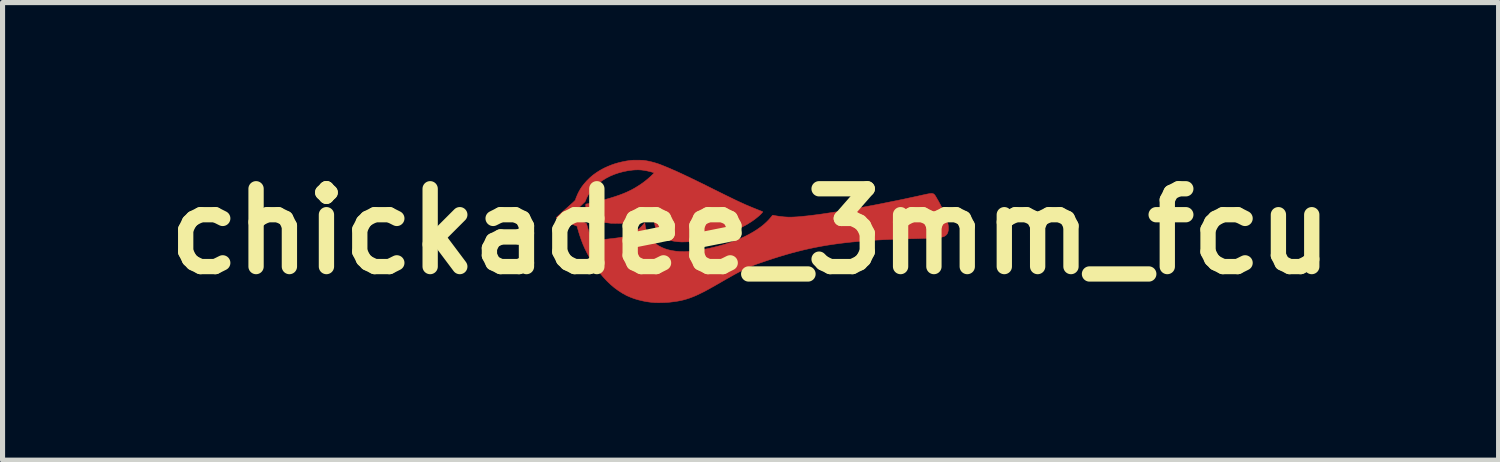
<source format=kicad_pcb>
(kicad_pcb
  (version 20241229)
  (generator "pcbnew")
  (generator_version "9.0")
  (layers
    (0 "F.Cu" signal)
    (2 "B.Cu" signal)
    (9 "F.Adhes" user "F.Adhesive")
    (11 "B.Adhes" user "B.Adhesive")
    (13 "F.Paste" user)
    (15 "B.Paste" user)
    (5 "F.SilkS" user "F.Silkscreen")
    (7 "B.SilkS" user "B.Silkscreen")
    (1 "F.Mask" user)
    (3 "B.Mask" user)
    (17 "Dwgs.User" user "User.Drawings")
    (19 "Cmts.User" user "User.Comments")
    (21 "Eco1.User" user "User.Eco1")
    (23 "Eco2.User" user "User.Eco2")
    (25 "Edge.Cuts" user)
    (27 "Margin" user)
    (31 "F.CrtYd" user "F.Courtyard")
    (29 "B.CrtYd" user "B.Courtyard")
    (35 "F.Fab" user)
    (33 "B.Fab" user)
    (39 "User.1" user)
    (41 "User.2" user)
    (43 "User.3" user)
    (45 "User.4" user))
  (footprint "chickadee_3mm_fcu"
    (layer "F.Cu")
    (at 11.655 1.483)
    (property "Reference" "chickadee_3mm_fcu" (at 0 0 0) (layer "F.SilkS") (effects (font (size 1.524 1.524) (thickness 0.3))))
    (attr through_hole)
    (fp_poly (pts (xy -2.191 -1.395) (xy -2.159 -1.394) (xy -2.131 -1.393) (xy -2.106 -1.392) (xy -2.082 -1.389) (xy -2.058 -1.386) (xy -2.031 -1.381) (xy -2.009 -1.377) (xy -1.95 -1.364) (xy -1.889 -1.348) (xy -1.829 -1.33) (xy -1.772 -1.31) (xy -1.76 -1.305) (xy -1.717 -1.288) (xy -1.675 -1.271) (xy -1.633 -1.254) (xy -1.591 -1.236) (xy -1.549 -1.218) (xy -1.506 -1.199) (xy -1.461 -1.18) (xy -1.416 -1.159) (xy -1.368 -1.137) (xy -1.318 -1.114) (xy -1.266 -1.089) (xy -1.21 -1.063) (xy -1.151 -1.034) (xy -1.088 -1.004) (xy -1.021 -0.971) (xy -0.949 -0.936) (xy -0.872 -0.898) (xy -0.79 -0.857) (xy -0.702 -0.813) (xy -0.679 -0.802) (xy -0.601 -0.763) (xy -0.528 -0.727) (xy -0.461 -0.694) (xy -0.399 -0.664) (xy -0.34 -0.635) (xy -0.286 -0.609) (xy -0.235 -0.585) (xy -0.187 -0.563) (xy -0.141 -0.542) (xy -0.097 -0.522) (xy -0.054 -0.504) (xy -0.012 -0.486) (xy 0.029 -0.469) (xy 0.071 -0.452) (xy 0.113 -0.435) (xy 0.146 -0.422) (xy 0.17 -0.412) (xy 0.191 -0.404) (xy 0.21 -0.397) (xy 0.224 -0.391) (xy 0.234 -0.386) (xy 0.238 -0.384) (xy 0.237 -0.38) (xy 0.232 -0.372) (xy 0.223 -0.361) (xy 0.21 -0.347) (xy 0.195 -0.332) (xy 0.177 -0.315) (xy 0.164 -0.303) (xy 0.096 -0.247) (xy 0.022 -0.194) (xy -0.059 -0.143) (xy -0.146 -0.095) (xy -0.239 -0.049) (xy -0.338 -0.007) (xy -0.443 0.033) (xy -0.554 0.069) (xy -0.67 0.103) (xy -0.757 0.125) (xy -0.857 0.149) (xy -0.952 0.168) (xy -1.042 0.183) (xy -1.126 0.195) (xy -1.206 0.203) (xy -1.281 0.206) (xy -1.352 0.207) (xy -1.418 0.203) (xy -1.481 0.195) (xy -1.519 0.189) (xy -1.58 0.174) (xy -1.635 0.154) (xy -1.685 0.131) (xy -1.73 0.102) (xy -1.769 0.07) (xy -1.802 0.034) (xy -1.83 -0.007) (xy -1.852 -0.052) (xy -1.869 -0.1) (xy -1.879 -0.153) (xy -1.882 -0.179) (xy -1.883 -0.19) (xy -1.884 -0.198) (xy -1.886 -0.204) (xy -1.89 -0.208) (xy -1.897 -0.21) (xy -1.908 -0.212) (xy -1.925 -0.213) (xy -1.947 -0.215) (xy -1.947 -0.215) (xy -1.975 -0.217) (xy -1.996 -0.219) (xy -2.012 -0.221) (xy -2.022 -0.222) (xy -2.028 -0.224) (xy -2.03 -0.225) (xy -2.03 -0.226) (xy -2.032 -0.227) (xy -2.039 -0.228) (xy -2.049 -0.227) (xy -2.059 -0.226) (xy -2.068 -0.224) (xy -2.073 -0.222) (xy -2.078 -0.221) (xy -2.089 -0.218) (xy -2.105 -0.215) (xy -2.125 -0.211) (xy -2.147 -0.207) (xy -2.152 -0.206) (xy -2.233 -0.193) (xy -2.311 -0.182) (xy -2.387 -0.172) (xy -2.464 -0.164) (xy -2.487 -0.162) (xy -2.51 -0.16) (xy -2.537 -0.159) (xy -2.567 -0.158) (xy -2.6 -0.157) (xy -2.633 -0.157) (xy -2.666 -0.158) (xy -2.697 -0.158) (xy -2.725 -0.159) (xy -2.747 -0.16) (xy -2.76 -0.162) (xy -2.833 -0.171) (xy -2.904 -0.183) (xy -2.975 -0.198) (xy -3.047 -0.215) (xy -3.124 -0.236) (xy -3.139 -0.241) (xy -3.162 -0.247) (xy -3.178 -0.253) (xy -3.19 -0.257) (xy -3.197 -0.261) (xy -3.202 -0.264) (xy -3.203 -0.266) (xy -3.204 -0.271) (xy -3.205 -0.282) (xy -3.208 -0.299) (xy -3.21 -0.32) (xy -3.213 -0.345) (xy -3.216 -0.373) (xy -3.219 -0.402) (xy -3.223 -0.436) (xy -3.226 -0.463) (xy -3.228 -0.485) (xy -3.229 -0.502) (xy -3.229 -0.515) (xy -3.229 -0.524) (xy -3.228 -0.53) (xy -3.225 -0.533) (xy -3.222 -0.536) (xy -3.217 -0.537) (xy -3.211 -0.537) (xy -3.209 -0.538) (xy -3.198 -0.54) (xy -3.181 -0.543) (xy -3.159 -0.548) (xy -3.133 -0.553) (xy -3.105 -0.56) (xy -3.075 -0.567) (xy -3.045 -0.574) (xy -3.015 -0.581) (xy -2.987 -0.587) (xy -2.961 -0.594) (xy -2.942 -0.598) (xy -2.84 -0.626) (xy -2.744 -0.654) (xy -2.654 -0.682) (xy -2.57 -0.711) (xy -2.491 -0.741) (xy -2.418 -0.772) (xy -2.406 -0.778) (xy -2.335 -0.812) (xy -2.263 -0.852) (xy -2.192 -0.896) (xy -2.122 -0.943) (xy -2.057 -0.992) (xy -2.013 -1.028) (xy -1.995 -1.044) (xy -1.977 -1.06) (xy -1.958 -1.077) (xy -1.941 -1.093) (xy -1.925 -1.109) (xy -1.911 -1.122) (xy -1.9 -1.134) (xy -1.893 -1.142) (xy -1.89 -1.146) (xy -1.89 -1.147) (xy -1.896 -1.15) (xy -1.908 -1.154) (xy -1.925 -1.159) (xy -1.945 -1.165) (xy -1.968 -1.171) (xy -1.993 -1.177) (xy -2.019 -1.183) (xy -2.044 -1.188) (xy -2.067 -1.192) (xy -2.088 -1.196) (xy -2.088 -1.196) (xy -2.143 -1.203) (xy -2.198 -1.206) (xy -2.253 -1.205) (xy -2.31 -1.201) (xy -2.372 -1.193) (xy -2.402 -1.189) (xy -2.495 -1.17) (xy -2.584 -1.146) (xy -2.67 -1.117) (xy -2.751 -1.083) (xy -2.827 -1.044) (xy -2.899 -1) (xy -2.967 -0.952) (xy -3.029 -0.898) (xy -3.072 -0.855) (xy -3.114 -0.806) (xy -3.152 -0.756) (xy -3.186 -0.704) (xy -3.213 -0.652) (xy -3.23 -0.611) (xy -3.235 -0.598) (xy -3.24 -0.588) (xy -3.243 -0.582) (xy -3.246 -0.579) (xy -3.254 -0.571) (xy -3.266 -0.56) (xy -3.282 -0.545) (xy -3.301 -0.526) (xy -3.323 -0.505) (xy -3.347 -0.483) (xy -3.373 -0.458) (xy -3.392 -0.44) (xy -3.419 -0.414) (xy -3.444 -0.39) (xy -3.467 -0.368) (xy -3.488 -0.348) (xy -3.505 -0.331) (xy -3.519 -0.318) (xy -3.53 -0.308) (xy -3.536 -0.302) (xy -3.537 -0.3) (xy -3.534 -0.298) (xy -3.526 -0.294) (xy -3.512 -0.287) (xy -3.493 -0.279) (xy -3.47 -0.268) (xy -3.444 -0.256) (xy -3.415 -0.243) (xy -3.384 -0.229) (xy -3.377 -0.226) (xy -3.215 -0.154) (xy -3.198 -0.094) (xy -3.19 -0.066) (xy -3.18 -0.033) (xy -3.169 0.001) (xy -3.158 0.037) (xy -3.146 0.071) (xy -3.135 0.102) (xy -3.126 0.127) (xy -3.121 0.14) (xy -3.117 0.149) (xy -3.112 0.154) (xy -3.106 0.156) (xy -3.099 0.158) (xy -3.086 0.158) (xy -3.067 0.159) (xy -3.045 0.16) (xy -3.02 0.16) (xy -2.993 0.16) (xy -2.965 0.16) (xy -2.937 0.159) (xy -2.911 0.159) (xy -2.886 0.158) (xy -2.865 0.157) (xy -2.849 0.156) (xy -2.686 0.138) (xy -2.586 0.125) (xy -2.543 0.118) (xy -2.506 0.112) (xy -2.474 0.106) (xy -2.446 0.099) (xy -2.42 0.091) (xy -2.395 0.082) (xy -2.371 0.072) (xy -2.346 0.06) (xy -2.342 0.058) (xy -2.287 0.027) (xy -2.232 -0.011) (xy -2.18 -0.054) (xy -2.13 -0.102) (xy -2.09 -0.147) (xy -2.072 -0.169) (xy -2.069 -0.143) (xy -2.062 -0.096) (xy -2.05 -0.047) (xy -2.034 0.002) (xy -2.015 0.049) (xy -1.992 0.092) (xy -1.978 0.114) (xy -1.941 0.164) (xy -1.898 0.209) (xy -1.85 0.249) (xy -1.797 0.285) (xy -1.739 0.315) (xy -1.677 0.341) (xy -1.609 0.362) (xy -1.537 0.378) (xy -1.461 0.389) (xy -1.379 0.396) (xy -1.294 0.397) (xy -1.204 0.393) (xy -1.125 0.386) (xy -1.052 0.377) (xy -0.974 0.365) (xy -0.892 0.349) (xy -0.808 0.332) (xy -0.723 0.312) (xy -0.638 0.291) (xy -0.555 0.268) (xy -0.478 0.245) (xy -0.381 0.212) (xy -0.286 0.177) (xy -0.195 0.139) (xy -0.108 0.098) (xy -0.026 0.056) (xy 0.053 0.011) (xy 0.126 -0.035) (xy 0.194 -0.083) (xy 0.257 -0.132) (xy 0.313 -0.183) (xy 0.363 -0.234) (xy 0.407 -0.286) (xy 0.412 -0.292) (xy 0.421 -0.304) (xy 0.428 -0.312) (xy 0.433 -0.316) (xy 0.437 -0.316) (xy 0.44 -0.316) (xy 0.459 -0.312) (xy 0.484 -0.307) (xy 0.514 -0.302) (xy 0.546 -0.297) (xy 0.579 -0.293) (xy 0.613 -0.289) (xy 0.646 -0.285) (xy 0.656 -0.284) (xy 0.688 -0.282) (xy 0.72 -0.28) (xy 0.753 -0.279) (xy 0.787 -0.279) (xy 0.824 -0.28) (xy 0.864 -0.282) (xy 0.907 -0.284) (xy 0.955 -0.288) (xy 1.007 -0.293) (xy 1.066 -0.299) (xy 1.127 -0.305) (xy 1.216 -0.316) (xy 1.312 -0.328) (xy 1.413 -0.342) (xy 1.52 -0.358) (xy 1.633 -0.375) (xy 1.751 -0.394) (xy 1.873 -0.415) (xy 2 -0.437) (xy 2.13 -0.46) (xy 2.264 -0.485) (xy 2.402 -0.511) (xy 2.542 -0.538) (xy 2.685 -0.567) (xy 2.83 -0.596) (xy 2.977 -0.626) (xy 3.125 -0.658) (xy 3.274 -0.69) (xy 3.362 -0.71) (xy 3.406 -0.719) (xy 3.445 -0.728) (xy 3.477 -0.734) (xy 3.505 -0.739) (xy 3.528 -0.742) (xy 3.547 -0.743) (xy 3.564 -0.741) (xy 3.578 -0.737) (xy 3.59 -0.731) (xy 3.6 -0.722) (xy 3.611 -0.71) (xy 3.621 -0.695) (xy 3.632 -0.677) (xy 3.644 -0.656) (xy 3.648 -0.649) (xy 3.686 -0.583) (xy 3.721 -0.518) (xy 3.753 -0.454) (xy 3.782 -0.392) (xy 3.807 -0.333) (xy 3.829 -0.279) (xy 3.843 -0.239) (xy 3.858 -0.187) (xy 3.869 -0.138) (xy 3.875 -0.093) (xy 3.876 -0.051) (xy 3.873 -0.014) (xy 3.865 0.018) (xy 3.853 0.046) (xy 3.835 0.069) (xy 3.814 0.087) (xy 3.803 0.093) (xy 3.793 0.098) (xy 3.782 0.103) (xy 3.77 0.107) (xy 3.756 0.11) (xy 3.74 0.114) (xy 3.721 0.117) (xy 3.7 0.12) (xy 3.676 0.122) (xy 3.649 0.125) (xy 3.618 0.127) (xy 3.582 0.129) (xy 3.542 0.131) (xy 3.498 0.133) (xy 3.448 0.135) (xy 3.392 0.137) (xy 3.331 0.139) (xy 3.263 0.141) (xy 3.189 0.143) (xy 3.175 0.143) (xy 3.053 0.146) (xy 2.937 0.15) (xy 2.828 0.154) (xy 2.723 0.158) (xy 2.624 0.162) (xy 2.529 0.167) (xy 2.437 0.172) (xy 2.349 0.178) (xy 2.264 0.184) (xy 2.18 0.191) (xy 2.098 0.198) (xy 2.017 0.206) (xy 1.99 0.208) (xy 1.861 0.222) (xy 1.737 0.237) (xy 1.616 0.254) (xy 1.497 0.272) (xy 1.381 0.292) (xy 1.266 0.314) (xy 1.151 0.338) (xy 1.037 0.364) (xy 0.921 0.393) (xy 0.803 0.424) (xy 0.683 0.458) (xy 0.56 0.495) (xy 0.433 0.535) (xy 0.301 0.579) (xy 0.196 0.615) (xy 0.146 0.632) (xy 0.098 0.649) (xy 0.053 0.667) (xy 0.008 0.685) (xy -0.037 0.704) (xy -0.082 0.725) (xy -0.128 0.747) (xy -0.175 0.77) (xy -0.225 0.796) (xy -0.278 0.824) (xy -0.335 0.855) (xy -0.396 0.89) (xy -0.462 0.927) (xy -0.483 0.939) (xy -0.542 0.973) (xy -0.595 1.004) (xy -0.643 1.031) (xy -0.686 1.056) (xy -0.724 1.078) (xy -0.759 1.097) (xy -0.791 1.115) (xy -0.819 1.131) (xy -0.845 1.145) (xy -0.869 1.158) (xy -0.891 1.17) (xy -0.912 1.181) (xy -0.933 1.191) (xy -0.953 1.201) (xy -0.973 1.211) (xy -0.994 1.221) (xy -0.996 1.222) (xy -1.063 1.254) (xy -1.127 1.281) (xy -1.188 1.304) (xy -1.248 1.324) (xy -1.308 1.341) (xy -1.37 1.356) (xy -1.436 1.368) (xy -1.505 1.378) (xy -1.57 1.386) (xy -1.611 1.39) (xy -1.657 1.393) (xy -1.706 1.395) (xy -1.755 1.396) (xy -1.804 1.397) (xy -1.849 1.396) (xy -1.879 1.395) (xy -1.958 1.388) (xy -2.039 1.377) (xy -2.119 1.361) (xy -2.197 1.342) (xy -2.273 1.32) (xy -2.346 1.293) (xy -2.413 1.264) (xy -2.431 1.256) (xy -2.512 1.211) (xy -2.591 1.16) (xy -2.669 1.103) (xy -2.744 1.039) (xy -2.817 0.969) (xy -2.888 0.893) (xy -2.956 0.81) (xy -3.022 0.723) (xy -3.085 0.629) (xy -3.145 0.53) (xy -3.202 0.426) (xy -3.247 0.335) (xy -3.265 0.295) (xy -3.283 0.254) (xy -3.3 0.21) (xy -3.318 0.162) (xy -3.337 0.108) (xy -3.341 0.095) (xy -3.349 0.072) (xy -3.357 0.046) (xy -3.365 0.02) (xy -3.373 -0.007) (xy -3.38 -0.031) (xy -3.387 -0.054) (xy -3.392 -0.072) (xy -3.395 -0.086) (xy -3.396 -0.089) (xy -3.398 -0.101) (xy -3.602 -0.184) (xy -3.638 -0.198) (xy -3.672 -0.212) (xy -3.704 -0.225) (xy -3.732 -0.236) (xy -3.757 -0.247) (xy -3.778 -0.255) (xy -3.793 -0.262) (xy -3.804 -0.266) (xy -3.808 -0.268) (xy -3.808 -0.268) (xy -3.806 -0.271) (xy -3.799 -0.278) (xy -3.787 -0.289) (xy -3.772 -0.303) (xy -3.752 -0.321) (xy -3.73 -0.341) (xy -3.704 -0.364) (xy -3.677 -0.389) (xy -3.647 -0.416) (xy -3.622 -0.438) (xy -3.586 -0.47) (xy -3.555 -0.498) (xy -3.528 -0.522) (xy -3.506 -0.542) (xy -3.487 -0.559) (xy -3.472 -0.573) (xy -3.46 -0.584) (xy -3.45 -0.594) (xy -3.443 -0.601) (xy -3.438 -0.607) (xy -3.434 -0.612) (xy -3.432 -0.616) (xy -3.43 -0.619) (xy -3.429 -0.622) (xy -3.429 -0.623) (xy -3.423 -0.644) (xy -3.414 -0.669) (xy -3.402 -0.696) (xy -3.39 -0.725) (xy -3.377 -0.752) (xy -3.371 -0.765) (xy -3.338 -0.824) (xy -3.301 -0.88) (xy -3.258 -0.935) (xy -3.21 -0.989) (xy -3.196 -1.003) (xy -3.141 -1.057) (xy -3.084 -1.105) (xy -3.023 -1.149) (xy -2.959 -1.19) (xy -2.889 -1.229) (xy -2.868 -1.24) (xy -2.8 -1.271) (xy -2.732 -1.299) (xy -2.663 -1.323) (xy -2.591 -1.344) (xy -2.516 -1.362) (xy -2.436 -1.378) (xy -2.389 -1.385) (xy -2.369 -1.388) (xy -2.352 -1.39) (xy -2.336 -1.392) (xy -2.319 -1.393) (xy -2.301 -1.394) (xy -2.28 -1.395) (xy -2.254 -1.395) (xy -2.228 -1.395) (xy -2.191 -1.395)) (stroke (width 0.01) (type solid)) (fill yes) (layer "F.Cu"))
    (fp_poly (pts (xy -2.159 -1.477) (xy -2.121 -1.475) (xy -2.085 -1.472) (xy -2.05 -1.468) (xy -2.013 -1.461) (xy -1.987 -1.457) (xy -1.95 -1.449) (xy -1.915 -1.441) (xy -1.881 -1.432) (xy -1.846 -1.422) (xy -1.809 -1.41) (xy -1.77 -1.396) (xy -1.728 -1.38) (xy -1.681 -1.362) (xy -1.645 -1.348) (xy -1.598 -1.328) (xy -1.55 -1.308) (xy -1.501 -1.287) (xy -1.45 -1.265) (xy -1.398 -1.241) (xy -1.343 -1.216) (xy -1.285 -1.19) (xy -1.225 -1.161) (xy -1.16 -1.13) (xy -1.092 -1.098) (xy -1.02 -1.062) (xy -0.942 -1.024) (xy -0.86 -0.983) (xy -0.772 -0.94) (xy -0.714 -0.911) (xy -0.632 -0.87) (xy -0.556 -0.832) (xy -0.486 -0.797) (xy -0.42 -0.765) (xy -0.358 -0.735) (xy -0.301 -0.708) (xy -0.247 -0.682) (xy -0.196 -0.658) (xy -0.147 -0.635) (xy -0.1 -0.614) (xy -0.055 -0.594) (xy -0.011 -0.575) (xy 0.033 -0.557) (xy 0.076 -0.539) (xy 0.12 -0.521) (xy 0.164 -0.503) (xy 0.21 -0.485) (xy 0.228 -0.478) (xy 0.252 -0.469) (xy 0.274 -0.461) (xy 0.293 -0.453) (xy 0.309 -0.447) (xy 0.32 -0.442) (xy 0.326 -0.44) (xy 0.336 -0.435) (xy 0.321 -0.416) (xy 0.309 -0.402) (xy 0.293 -0.385) (xy 0.274 -0.365) (xy 0.253 -0.343) (xy 0.231 -0.322) (xy 0.21 -0.302) (xy 0.19 -0.284) (xy 0.182 -0.276) (xy 0.106 -0.215) (xy 0.024 -0.157) (xy -0.063 -0.102) (xy -0.156 -0.05) (xy -0.255 -0.001) (xy -0.358 0.044) (xy -0.466 0.085) (xy -0.578 0.123) (xy -0.694 0.157) (xy -0.814 0.187) (xy -0.854 0.195) (xy -0.913 0.208) (xy -0.967 0.218) (xy -1.017 0.227) (xy -1.065 0.234) (xy -1.113 0.241) (xy -1.161 0.247) (xy -1.171 0.248) (xy -1.191 0.249) (xy -1.216 0.25) (xy -1.246 0.251) (xy -1.277 0.252) (xy -1.31 0.252) (xy -1.343 0.252) (xy -1.374 0.252) (xy -1.403 0.251) (xy -1.427 0.25) (xy -1.446 0.248) (xy -1.45 0.248) (xy -1.52 0.236) (xy -1.585 0.221) (xy -1.645 0.201) (xy -1.698 0.177) (xy -1.747 0.148) (xy -1.789 0.115) (xy -1.827 0.078) (xy -1.858 0.036) (xy -1.885 -0.01) (xy -1.904 -0.056) (xy -1.913 -0.085) (xy -1.92 -0.11) (xy -1.924 -0.135) (xy -1.927 -0.162) (xy -1.928 -0.193) (xy -1.928 -0.203) (xy -1.927 -0.26) (xy -1.95 -0.263) (xy -1.973 -0.265) (xy -2.023 -0.231) (xy -2.023 -0.182) (xy -2.019 -0.123) (xy -2.008 -0.067) (xy -1.991 -0.012) (xy -1.967 0.041) (xy -1.937 0.091) (xy -1.9 0.137) (xy -1.875 0.164) (xy -1.835 0.201) (xy -1.791 0.233) (xy -1.744 0.261) (xy -1.692 0.286) (xy -1.636 0.306) (xy -1.575 0.323) (xy -1.508 0.336) (xy -1.475 0.341) (xy -1.454 0.343) (xy -1.427 0.345) (xy -1.395 0.346) (xy -1.361 0.347) (xy -1.324 0.348) (xy -1.287 0.348) (xy -1.25 0.347) (xy -1.215 0.346) (xy -1.182 0.344) (xy -1.155 0.342) (xy -1.143 0.341) (xy -1.029 0.326) (xy -0.914 0.306) (xy -0.798 0.282) (xy -0.684 0.253) (xy -0.572 0.221) (xy -0.462 0.185) (xy -0.355 0.146) (xy -0.253 0.103) (xy -0.156 0.058) (xy -0.101 0.029) (xy -0.018 -0.017) (xy 0.061 -0.066) (xy 0.135 -0.118) (xy 0.204 -0.17) (xy 0.268 -0.224) (xy 0.326 -0.28) (xy 0.377 -0.335) (xy 0.399 -0.362) (xy 0.414 -0.379) (xy 0.425 -0.392) (xy 0.432 -0.399) (xy 0.437 -0.401) (xy 0.437 -0.401) (xy 0.452 -0.397) (xy 0.472 -0.393) (xy 0.497 -0.388) (xy 0.526 -0.384) (xy 0.557 -0.379) (xy 0.59 -0.375) (xy 0.622 -0.371) (xy 0.654 -0.367) (xy 0.683 -0.364) (xy 0.697 -0.363) (xy 0.727 -0.361) (xy 0.761 -0.361) (xy 0.798 -0.361) (xy 0.839 -0.363) (xy 0.885 -0.365) (xy 0.936 -0.369) (xy 0.992 -0.374) (xy 1.055 -0.38) (xy 1.124 -0.388) (xy 1.145 -0.39) (xy 1.243 -0.402) (xy 1.347 -0.416) (xy 1.458 -0.431) (xy 1.574 -0.449) (xy 1.696 -0.468) (xy 1.824 -0.49) (xy 1.957 -0.513) (xy 2.094 -0.537) (xy 2.236 -0.563) (xy 2.382 -0.591) (xy 2.533 -0.62) (xy 2.687 -0.651) (xy 2.844 -0.683) (xy 3.004 -0.717) (xy 3.168 -0.752) (xy 3.334 -0.788) (xy 3.362 -0.794) (xy 3.394 -0.801) (xy 3.424 -0.807) (xy 3.451 -0.813) (xy 3.476 -0.818) (xy 3.496 -0.822) (xy 3.512 -0.825) (xy 3.522 -0.827) (xy 3.524 -0.827) (xy 3.552 -0.827) (xy 3.581 -0.822) (xy 3.609 -0.811) (xy 3.636 -0.797) (xy 3.659 -0.779) (xy 3.66 -0.778) (xy 3.67 -0.766) (xy 3.684 -0.747) (xy 3.699 -0.724) (xy 3.716 -0.697) (xy 3.734 -0.665) (xy 3.754 -0.631) (xy 3.773 -0.595) (xy 3.794 -0.556) (xy 3.813 -0.517) (xy 3.833 -0.478) (xy 3.851 -0.439) (xy 3.868 -0.401) (xy 3.877 -0.381) (xy 3.904 -0.312) (xy 3.926 -0.247) (xy 3.943 -0.186) (xy 3.953 -0.13) (xy 3.958 -0.077) (xy 3.958 -0.028) (xy 3.951 0.016) (xy 3.94 0.054) (xy 3.931 0.075) (xy 3.917 0.097) (xy 3.901 0.118) (xy 3.885 0.135) (xy 3.879 0.141) (xy 3.864 0.153) (xy 3.847 0.163) (xy 3.829 0.173) (xy 3.808 0.181) (xy 3.784 0.188) (xy 3.757 0.194) (xy 3.726 0.199) (xy 3.691 0.203) (xy 3.651 0.207) (xy 3.605 0.21) (xy 3.552 0.213) (xy 3.512 0.215) (xy 3.492 0.216) (xy 3.466 0.217) (xy 3.435 0.218) (xy 3.4 0.219) (xy 3.362 0.22) (xy 3.322 0.221) (xy 3.281 0.222) (xy 3.24 0.224) (xy 3.219 0.224) (xy 3.113 0.227) (xy 3.014 0.23) (xy 2.92 0.233) (xy 2.832 0.236) (xy 2.748 0.239) (xy 2.668 0.242) (xy 2.592 0.246) (xy 2.519 0.25) (xy 2.447 0.254) (xy 2.378 0.259) (xy 2.31 0.263) (xy 2.242 0.269) (xy 2.174 0.274) (xy 2.138 0.277) (xy 1.985 0.291) (xy 1.839 0.308) (xy 1.697 0.325) (xy 1.56 0.345) (xy 1.425 0.368) (xy 1.292 0.393) (xy 1.16 0.42) (xy 1.028 0.451) (xy 0.895 0.484) (xy 0.76 0.521) (xy 0.622 0.562) (xy 0.48 0.606) (xy 0.372 0.642) (xy 0.316 0.66) (xy 0.263 0.678) (xy 0.214 0.695) (xy 0.169 0.711) (xy 0.125 0.727) (xy 0.084 0.743) (xy 0.044 0.759) (xy 0.005 0.776) (xy -0.034 0.793) (xy -0.073 0.811) (xy -0.113 0.831) (xy -0.155 0.852) (xy -0.198 0.875) (xy -0.245 0.9) (xy -0.294 0.927) (xy -0.348 0.957) (xy -0.405 0.99) (xy -0.468 1.026) (xy -0.533 1.063) (xy -0.583 1.092) (xy -0.628 1.117) (xy -0.668 1.14) (xy -0.704 1.161) (xy -0.736 1.179) (xy -0.766 1.195) (xy -0.793 1.21) (xy -0.819 1.224) (xy -0.844 1.238) (xy -0.869 1.251) (xy -0.895 1.264) (xy -0.917 1.275) (xy -0.983 1.307) (xy -1.043 1.335) (xy -1.101 1.359) (xy -1.155 1.38) (xy -1.209 1.398) (xy -1.262 1.414) (xy -1.316 1.428) (xy -1.372 1.44) (xy -1.419 1.448) (xy -1.478 1.457) (xy -1.533 1.465) (xy -1.585 1.47) (xy -1.636 1.474) (xy -1.689 1.477) (xy -1.745 1.478) (xy -1.783 1.478) (xy -1.81 1.477) (xy -1.835 1.477) (xy -1.857 1.477) (xy -1.876 1.476) (xy -1.89 1.476) (xy -1.898 1.476) (xy -1.898 1.476) (xy -1.989 1.467) (xy -2.079 1.453) (xy -2.167 1.435) (xy -2.251 1.413) (xy -2.332 1.387) (xy -2.409 1.357) (xy -2.466 1.33) (xy -2.552 1.283) (xy -2.636 1.229) (xy -2.717 1.169) (xy -2.796 1.103) (xy -2.873 1.03) (xy -2.947 0.95) (xy -3.018 0.865) (xy -3.087 0.773) (xy -3.153 0.675) (xy -3.216 0.572) (xy -3.276 0.462) (xy -3.281 0.454) (xy -3.318 0.379) (xy -3.352 0.301) (xy -3.385 0.22) (xy -3.415 0.134) (xy -3.444 0.042) (xy -3.461 -0.014) (xy -3.468 -0.041) (xy -3.714 -0.14) (xy -3.754 -0.156) (xy -3.791 -0.171) (xy -3.826 -0.186) (xy -3.858 -0.199) (xy -3.887 -0.211) (xy -3.912 -0.221) (xy -3.932 -0.23) (xy -3.947 -0.236) (xy -3.956 -0.241) (xy -3.96 -0.243) (xy -3.96 -0.243) (xy -3.957 -0.246) (xy -3.95 -0.253) (xy -3.938 -0.264) (xy -3.922 -0.279) (xy -3.902 -0.297) (xy -3.879 -0.318) (xy -3.852 -0.342) (xy -3.824 -0.368) (xy -3.793 -0.396) (xy -3.76 -0.425) (xy -3.734 -0.448) (xy -3.508 -0.649) (xy -3.494 -0.689) (xy -3.466 -0.759) (xy -3.432 -0.826) (xy -3.394 -0.89) (xy -3.35 -0.953) (xy -3.299 -1.014) (xy -3.242 -1.074) (xy -3.226 -1.09) (xy -3.158 -1.15) (xy -3.086 -1.206) (xy -3.008 -1.257) (xy -2.926 -1.303) (xy -2.839 -1.345) (xy -2.748 -1.381) (xy -2.653 -1.412) (xy -2.554 -1.438) (xy -2.508 -1.448) (xy -2.464 -1.457) (xy -2.424 -1.464) (xy -2.387 -1.469) (xy -2.35 -1.472) (xy -2.312 -1.475) (xy -2.271 -1.477) (xy -2.247 -1.477) (xy -2.2 -1.478) (xy -2.159 -1.477)) (stroke (width 0.01) (type solid)) (fill yes) (layer "F.Mask")))
  (gr_rect
    (start -3 -3)
    (end 26.31 5.965)
    (stroke (width 0.1) (type default))
    (fill no)
    (layer "Edge.Cuts")))
</source>
